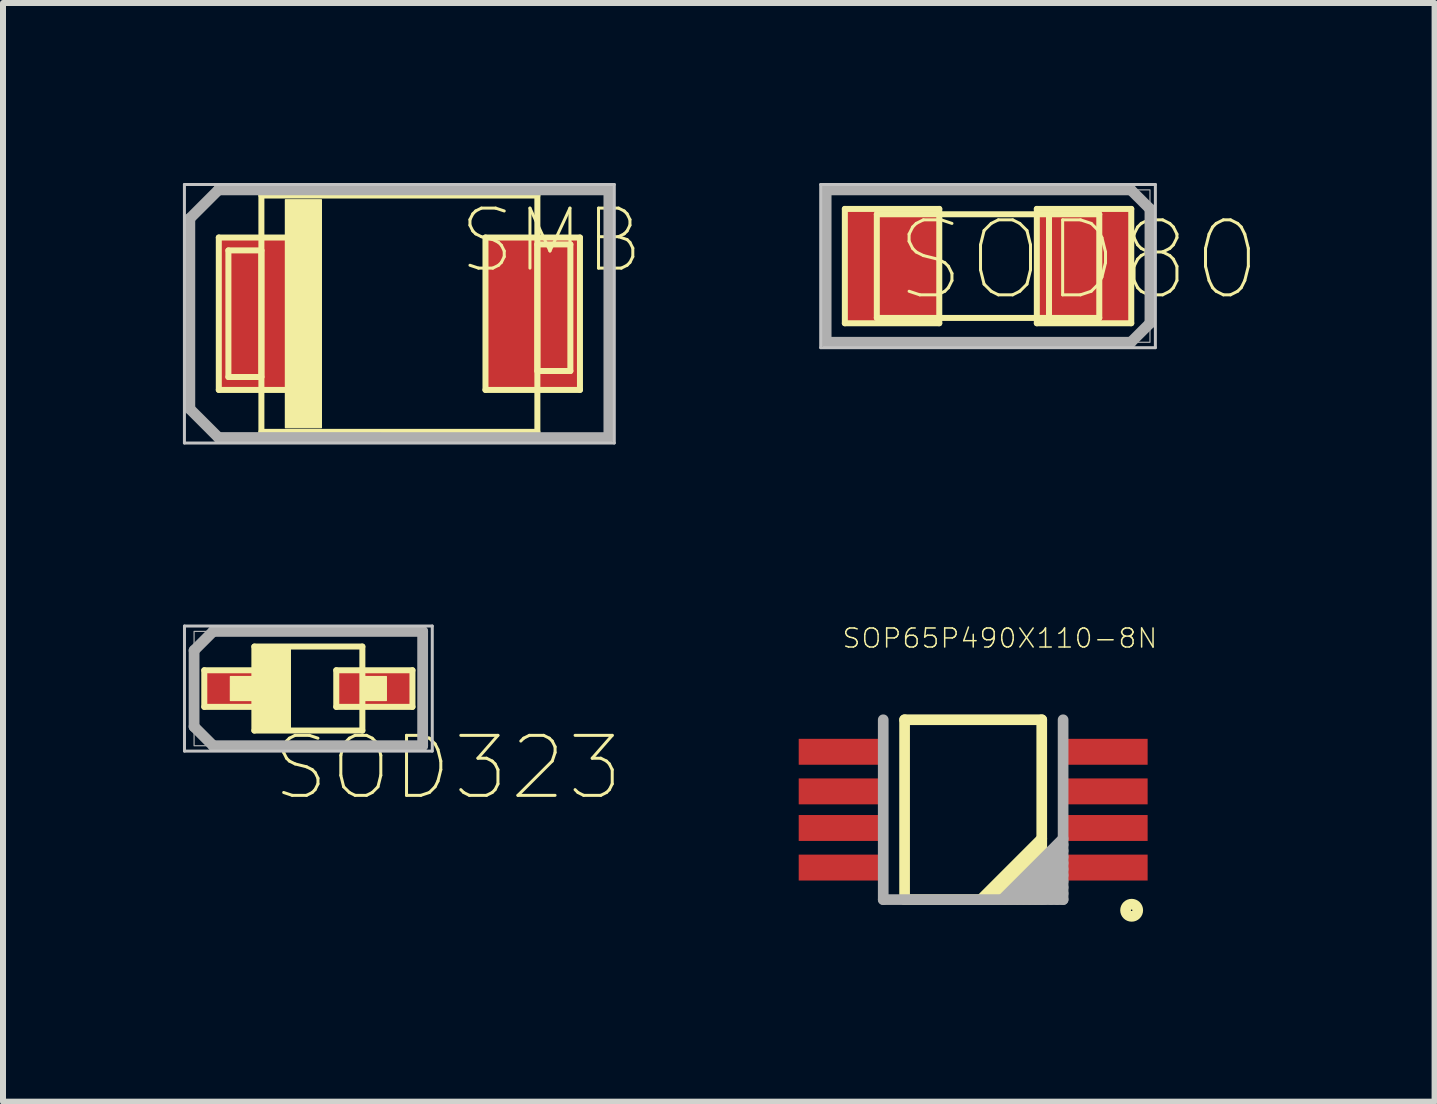
<source format=kicad_pcb>
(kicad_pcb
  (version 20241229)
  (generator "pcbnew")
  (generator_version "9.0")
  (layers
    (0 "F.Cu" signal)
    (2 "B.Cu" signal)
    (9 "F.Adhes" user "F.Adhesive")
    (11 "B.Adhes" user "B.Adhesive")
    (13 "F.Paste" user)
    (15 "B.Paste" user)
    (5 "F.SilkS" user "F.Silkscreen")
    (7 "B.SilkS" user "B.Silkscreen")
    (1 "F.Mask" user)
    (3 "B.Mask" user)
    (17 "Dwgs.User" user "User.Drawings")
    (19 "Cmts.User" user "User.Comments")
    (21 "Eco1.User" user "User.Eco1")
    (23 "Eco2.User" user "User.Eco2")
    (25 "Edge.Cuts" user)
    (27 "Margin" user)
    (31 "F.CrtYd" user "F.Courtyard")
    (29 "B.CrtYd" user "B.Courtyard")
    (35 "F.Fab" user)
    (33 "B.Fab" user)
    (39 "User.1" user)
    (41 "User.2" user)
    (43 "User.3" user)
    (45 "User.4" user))
  (footprint "SOP65P490X110-8N"
    (layer "F.Cu")
    (at 13.171 10.446)
    (property "Reference" "SOP65P490X110-8N" (at 0.445 -2.857 0) (unlocked yes) (layer "F.SilkS") (effects (font (size 0.317 0.333) (thickness 0.025))))
    (attr smd)
    (fp_line (start -1.143 -1.499) (end -1.143 1.499) (stroke (width 0.178) (type solid)) (layer "F.SilkS"))
    (fp_line (start 1.143 -1.499) (end -1.143 -1.499) (stroke (width 0.178) (type solid)) (layer "F.SilkS"))
    (fp_line (start 1.143 -1.499) (end 1.143 1.499) (stroke (width 0.178) (type solid)) (layer "F.SilkS"))
    (fp_line (start 1.143 0.483) (end 0.127 1.499) (stroke (width 0.178) (type solid)) (layer "F.SilkS"))
    (fp_line (start 1.143 0.686) (end 0.33 1.499) (stroke (width 0.178) (type solid)) (layer "F.SilkS"))
    (fp_line (start 1.143 0.889) (end 0.533 1.499) (stroke (width 0.178) (type solid)) (layer "F.SilkS"))
    (fp_line (start 1.143 1.092) (end 0.737 1.499) (stroke (width 0.178) (type solid)) (layer "F.SilkS"))
    (fp_line (start 1.143 1.295) (end 0.94 1.499) (stroke (width 0.178) (type solid)) (layer "F.SilkS"))
    (fp_line (start 1.143 1.499) (end -1.143 1.499) (stroke (width 0.178) (type solid)) (layer "F.SilkS"))
    (fp_arc (start 2.54 1.6764) (mid 2.7432 1.6764) (end 2.54 1.6764) (stroke (width 0.1778) (type solid)) (layer "F.SilkS"))
    (fp_line (start -1.499 -1.499) (end -1.499 1.499) (stroke (width 0.178) (type solid)) (layer "F.Fab"))
    (fp_line (start 1.499 -1.499) (end 1.499 1.499) (stroke (width 0.178) (type solid)) (layer "F.Fab"))
    (fp_line (start 1.499 0.483) (end 0.483 1.499) (stroke (width 0.178) (type solid)) (layer "F.Fab"))
    (fp_line (start 1.499 0.584) (end 0.584 1.499) (stroke (width 0.178) (type solid)) (layer "F.Fab"))
    (fp_line (start 1.499 0.686) (end 0.686 1.499) (stroke (width 0.178) (type solid)) (layer "F.Fab"))
    (fp_line (start 1.499 0.787) (end 0.787 1.499) (stroke (width 0.178) (type solid)) (layer "F.Fab"))
    (fp_line (start 1.499 0.889) (end 0.889 1.499) (stroke (width 0.178) (type solid)) (layer "F.Fab"))
    (fp_line (start 1.499 0.991) (end 0.991 1.499) (stroke (width 0.178) (type solid)) (layer "F.Fab"))
    (fp_line (start 1.499 1.092) (end 1.092 1.499) (stroke (width 0.178) (type solid)) (layer "F.Fab"))
    (fp_line (start 1.499 1.194) (end 1.194 1.499) (stroke (width 0.178) (type solid)) (layer "F.Fab"))
    (fp_line (start 1.499 1.295) (end 1.295 1.499) (stroke (width 0.178) (type solid)) (layer "F.Fab"))
    (fp_line (start 1.499 1.397) (end 1.397 1.499) (stroke (width 0.178) (type solid)) (layer "F.Fab"))
    (fp_line (start 1.499 1.499) (end -1.499 1.499) (stroke (width 0.178) (type solid)) (layer "F.Fab"))
    (pad "1" smd rect (at 2.184 0.965) (size 1.448 0.432) (layers "F.Cu" "F.Mask" "F.Paste"))
    (pad "2" smd rect (at 2.184 0.305) (size 1.448 0.432) (layers "F.Cu" "F.Mask" "F.Paste"))
    (pad "3" smd rect (at 2.184 -0.305) (size 1.448 0.432) (layers "F.Cu" "F.Mask" "F.Paste"))
    (pad "4" smd rect (at 2.184 -0.965) (size 1.448 0.432) (layers "F.Cu" "F.Mask" "F.Paste"))
    (pad "5" smd rect (at -2.184 -0.965) (size 1.448 0.432) (layers "F.Cu" "F.Mask" "F.Paste"))
    (pad "6" smd rect (at -2.184 -0.305) (size 1.448 0.432) (layers "F.Cu" "F.Mask" "F.Paste"))
    (pad "7" smd rect (at -2.184 0.305) (size 1.448 0.432) (layers "F.Cu" "F.Mask" "F.Paste"))
    (pad "8" smd rect (at -2.184 0.965) (size 1.448 0.432) (layers "F.Cu" "F.Mask" "F.Paste")))
  (footprint "SOD80"
    (placed yes)
    (layer "F.Cu")
    (at 13.419 1.385)
    (property "Reference" "SOD80" (at -1.587 0.635 0) (layer "F.SilkS") (effects (font (size 1.25 1.25) (thickness 0.05)) (justify left bottom)))
    (attr through_hole)
    (fp_line (start -2.387 -0.953) (end -0.813 -0.953) (stroke (width 0.1) (type solid)) (layer "F.SilkS"))
    (fp_line (start -2.387 0.953) (end -2.387 -0.953) (stroke (width 0.1) (type solid)) (layer "F.SilkS"))
    (fp_line (start -1.854 -0.864) (end -1.854 0.864) (stroke (width 0.1) (type solid)) (layer "F.SilkS"))
    (fp_line (start -1.854 0.864) (end 1.854 0.864) (stroke (width 0.1) (type solid)) (layer "F.SilkS"))
    (fp_line (start -0.813 -0.953) (end -0.813 0.953) (stroke (width 0.1) (type solid)) (layer "F.SilkS"))
    (fp_line (start -0.813 0.953) (end -2.387 0.953) (stroke (width 0.1) (type solid)) (layer "F.SilkS"))
    (fp_line (start 0.813 -0.953) (end 2.387 -0.953) (stroke (width 0.1) (type solid)) (layer "F.SilkS"))
    (fp_line (start 0.813 0.953) (end 0.813 -0.953) (stroke (width 0.1) (type solid)) (layer "F.SilkS"))
    (fp_line (start 1.016 0.864) (end 1.016 -0.864) (stroke (width 0.1) (type solid)) (layer "F.SilkS"))
    (fp_line (start 1.854 -0.864) (end -1.854 -0.864) (stroke (width 0.1) (type solid)) (layer "F.SilkS"))
    (fp_line (start 1.854 0.864) (end 1.854 -0.864) (stroke (width 0.1) (type solid)) (layer "F.SilkS"))
    (fp_line (start 2.387 -0.953) (end 2.387 0.953) (stroke (width 0.1) (type solid)) (layer "F.SilkS"))
    (fp_line (start 2.387 0.953) (end 0.813 0.953) (stroke (width 0.1) (type solid)) (layer "F.SilkS"))
    (fp_line (start -2.789 -1.36) (end 2.789 -1.36) (stroke (width 0.05) (type solid)) (layer "Dwgs.User"))
    (fp_line (start -2.789 1.36) (end -2.789 -1.36) (stroke (width 0.05) (type solid)) (layer "Dwgs.User"))
    (fp_line (start 2.789 -1.36) (end 2.789 1.36) (stroke (width 0.05) (type solid)) (layer "Dwgs.User"))
    (fp_line (start 2.789 1.36) (end -2.789 1.36) (stroke (width 0.05) (type solid)) (layer "Dwgs.User"))
    (fp_line (start -2.699 -1.27) (end -2.699 1.27) (stroke (width 0.18) (type solid)) (layer "F.Fab"))
    (fp_line (start -2.699 1.27) (end 2.381 1.27) (stroke (width 0.18) (type solid)) (layer "F.Fab"))
    (fp_line (start 2.381 -1.27) (end -2.699 -1.27) (stroke (width 0.18) (type solid)) (layer "F.Fab"))
    (fp_line (start 2.381 1.27) (end 2.699 0.953) (stroke (width 0.18) (type solid)) (layer "F.Fab"))
    (fp_line (start 2.699 -0.953) (end 2.381 -1.27) (stroke (width 0.18) (type solid)) (layer "F.Fab"))
    (fp_line (start 2.699 0.953) (end 2.699 -0.953) (stroke (width 0.18) (type solid)) (layer "F.Fab"))
    (fp_poly (pts (xy -2.699 -1.27) (xy 2.699 -1.27) (xy 2.699 1.27) (xy -2.699 1.27) (xy -2.699 -1.27)) (stroke (width 0.02) (type solid)) (fill no) (layer "F.Fab"))
    (pad "A" smd rect (at -1.6 0) (size 1.575 1.905) (layers "F.Cu" "F.Mask" "F.Paste"))
    (pad "K" smd rect (at 1.6 0) (size 1.575 1.905) (layers "F.Cu" "F.Mask" "F.Paste")))
  (footprint "SMB"
    (placed yes)
    (layer "F.Cu")
    (at 3.607 2.179)
    (property "Reference" "SMB" (at 0.953 -0.635 180) (layer "F.SilkS") (effects (font (size 1 1) (thickness 0.05)) (justify left bottom)))
    (attr through_hole)
    (fp_line (start -3.01 -1.27) (end -1.435 -1.27) (stroke (width 0.1) (type solid)) (layer "F.SilkS"))
    (fp_line (start -3.01 1.27) (end -3.01 -1.27) (stroke (width 0.1) (type solid)) (layer "F.SilkS"))
    (fp_line (start -2.85 -1.055) (end -2.85 1.055) (stroke (width 0.1) (type solid)) (layer "F.SilkS"))
    (fp_line (start -2.85 1.055) (end -2.3 1.055) (stroke (width 0.1) (type solid)) (layer "F.SilkS"))
    (fp_line (start -2.3 -1.97) (end -2.3 1.97) (stroke (width 0.1) (type solid)) (layer "F.SilkS"))
    (fp_line (start -2.3 -1.055) (end -2.85 -1.055) (stroke (width 0.1) (type solid)) (layer "F.SilkS"))
    (fp_line (start -2.3 1.055) (end -2.3 -1.055) (stroke (width 0.1) (type solid)) (layer "F.SilkS"))
    (fp_line (start -2.3 1.97) (end 2.3 1.97) (stroke (width 0.1) (type solid)) (layer "F.SilkS"))
    (fp_line (start -1.435 -1.27) (end -1.435 1.27) (stroke (width 0.1) (type solid)) (layer "F.SilkS"))
    (fp_line (start -1.435 1.27) (end -3.01 1.27) (stroke (width 0.1) (type solid)) (layer "F.SilkS"))
    (fp_line (start 1.435 -1.27) (end 3.01 -1.27) (stroke (width 0.1) (type solid)) (layer "F.SilkS"))
    (fp_line (start 1.435 1.27) (end 1.435 -1.27) (stroke (width 0.1) (type solid)) (layer "F.SilkS"))
    (fp_line (start 2.3 -1.97) (end -2.3 -1.97) (stroke (width 0.1) (type solid)) (layer "F.SilkS"))
    (fp_line (start 2.3 -1.155) (end 2.3 0.955) (stroke (width 0.1) (type solid)) (layer "F.SilkS"))
    (fp_line (start 2.3 0.955) (end 2.85 0.955) (stroke (width 0.1) (type solid)) (layer "F.SilkS"))
    (fp_line (start 2.3 1.97) (end 2.3 -1.97) (stroke (width 0.1) (type solid)) (layer "F.SilkS"))
    (fp_line (start 2.85 -1.155) (end 2.3 -1.155) (stroke (width 0.1) (type solid)) (layer "F.SilkS"))
    (fp_line (start 2.85 0.955) (end 2.85 -1.155) (stroke (width 0.1) (type solid)) (layer "F.SilkS"))
    (fp_line (start 3.01 -1.27) (end 3.01 1.27) (stroke (width 0.1) (type solid)) (layer "F.SilkS"))
    (fp_line (start 3.01 1.27) (end 1.435 1.27) (stroke (width 0.1) (type solid)) (layer "F.SilkS"))
    (fp_poly (pts (xy -1.9 1.9) (xy -1.9 -1.9) (xy -1.3 -1.9) (xy -1.3 1.9) (xy -1.9 1.9)) (stroke (width 0.02) (type solid)) (fill yes) (layer "F.SilkS"))
    (fp_line (start -3.583 -2.154) (end 3.582 -2.154) (stroke (width 0.05) (type solid)) (layer "Dwgs.User"))
    (fp_line (start -3.583 2.155) (end -3.583 -2.154) (stroke (width 0.05) (type solid)) (layer "Dwgs.User"))
    (fp_line (start 3.582 -2.154) (end 3.582 2.155) (stroke (width 0.05) (type solid)) (layer "Dwgs.User"))
    (fp_line (start 3.582 2.155) (end -3.583 2.155) (stroke (width 0.05) (type solid)) (layer "Dwgs.User"))
    (fp_line (start -3.493 -1.587) (end -3.493 1.587) (stroke (width 0.18) (type solid)) (layer "F.Fab"))
    (fp_line (start -3.493 1.587) (end -3.016 2.064) (stroke (width 0.18) (type solid)) (layer "F.Fab"))
    (fp_line (start -3.016 -2.064) (end -3.493 -1.587) (stroke (width 0.18) (type solid)) (layer "F.Fab"))
    (fp_line (start -3.016 2.064) (end 3.492 2.065) (stroke (width 0.18) (type solid)) (layer "F.Fab"))
    (fp_line (start 3.492 -2.064) (end -3.016 -2.064) (stroke (width 0.18) (type solid)) (layer "F.Fab"))
    (fp_line (start 3.492 2.065) (end 3.492 -2.064) (stroke (width 0.18) (type solid)) (layer "F.Fab"))
    (fp_poly (pts (xy -3 2.1) (xy -3.5 1.6) (xy -3.5 -1.6) (xy -3 -2.1) (xy 3.5 -2.1) (xy 3.5 2.1)) (stroke (width 0.02) (type solid)) (fill no) (layer "F.Fab"))
    (pad "A" smd rect (at 2.223 0) (size 1.575 2.54) (layers "F.Cu" "F.Mask" "F.Paste"))
    (pad "K" smd rect (at -2.223 0) (size 1.575 2.54) (layers "F.Cu" "F.Mask" "F.Paste")))
  (footprint "SOD323"
    (placed yes)
    (layer "F.Cu")
    (at 2.09 8.427)
    (property "Reference" "SOD323" (at -0.635 1.905 0) (layer "F.SilkS") (effects (font (size 1 1) (thickness 0.05)) (justify left bottom)))
    (attr through_hole)
    (fp_line (start -1.735 -0.305) (end -0.465 -0.305) (stroke (width 0.1) (type solid)) (layer "F.SilkS"))
    (fp_line (start -1.735 0.305) (end -1.735 -0.305) (stroke (width 0.1) (type solid)) (layer "F.SilkS"))
    (fp_line (start -0.9 -0.7) (end -0.9 0.7) (stroke (width 0.1) (type solid)) (layer "F.SilkS"))
    (fp_line (start -0.9 0.7) (end 0.9 0.7) (stroke (width 0.1) (type solid)) (layer "F.SilkS"))
    (fp_line (start -0.465 -0.305) (end -0.465 0.305) (stroke (width 0.1) (type solid)) (layer "F.SilkS"))
    (fp_line (start -0.465 0.305) (end -1.735 0.305) (stroke (width 0.1) (type solid)) (layer "F.SilkS"))
    (fp_line (start 0.465 -0.305) (end 1.735 -0.305) (stroke (width 0.1) (type solid)) (layer "F.SilkS"))
    (fp_line (start 0.465 0.305) (end 0.465 -0.305) (stroke (width 0.1) (type solid)) (layer "F.SilkS"))
    (fp_line (start 0.9 -0.7) (end -0.9 -0.7) (stroke (width 0.1) (type solid)) (layer "F.SilkS"))
    (fp_line (start 0.9 0.7) (end 0.9 -0.7) (stroke (width 0.1) (type solid)) (layer "F.SilkS"))
    (fp_line (start 1.735 -0.305) (end 1.735 0.305) (stroke (width 0.1) (type solid)) (layer "F.SilkS"))
    (fp_line (start 1.735 0.305) (end 0.465 0.305) (stroke (width 0.1) (type solid)) (layer "F.SilkS"))
    (fp_poly (pts (xy -0.9 0.2) (xy -1.3 0.2) (xy -1.3 -0.2) (xy -0.9 -0.2) (xy -0.9 0.2)) (stroke (width 0.02) (type solid)) (fill yes) (layer "F.SilkS"))
    (fp_poly (pts (xy -0.9 0.7) (xy -0.9 -0.7) (xy -0.3 -0.7) (xy -0.3 0.7) (xy -0.9 0.7)) (stroke (width 0.02) (type solid)) (fill yes) (layer "F.SilkS"))
    (fp_poly (pts (xy 1.3 0.2) (xy 0.9 0.2) (xy 0.9 -0.2) (xy 1.3 -0.2) (xy 1.3 0.2)) (stroke (width 0.02) (type solid)) (fill yes) (layer "F.SilkS"))
    (fp_line (start -2.065 -1.042) (end 2.065 -1.042) (stroke (width 0.05) (type solid)) (layer "Dwgs.User"))
    (fp_line (start -2.065 1.042) (end -2.065 -1.042) (stroke (width 0.05) (type solid)) (layer "Dwgs.User"))
    (fp_line (start 2.065 -1.042) (end 2.065 1.042) (stroke (width 0.05) (type solid)) (layer "Dwgs.User"))
    (fp_line (start 2.065 1.042) (end -2.065 1.042) (stroke (width 0.05) (type solid)) (layer "Dwgs.User"))
    (fp_line (start -1.905 -0.635) (end -1.905 0.635) (stroke (width 0.18) (type solid)) (layer "F.Fab"))
    (fp_line (start -1.905 0.635) (end -1.587 0.953) (stroke (width 0.18) (type solid)) (layer "F.Fab"))
    (fp_line (start -1.587 -0.953) (end -1.905 -0.635) (stroke (width 0.18) (type solid)) (layer "F.Fab"))
    (fp_line (start -1.587 0.953) (end 1.905 0.953) (stroke (width 0.18) (type solid)) (layer "F.Fab"))
    (fp_line (start 1.905 -0.953) (end -1.587 -0.953) (stroke (width 0.18) (type solid)) (layer "F.Fab"))
    (fp_line (start 1.905 0.953) (end 1.905 -0.953) (stroke (width 0.18) (type solid)) (layer "F.Fab"))
    (fp_poly (pts (xy 1.905 0.953) (xy -1.905 0.953) (xy -1.905 -0.953) (xy 1.905 -0.953)) (stroke (width 0.02) (type solid)) (fill no) (layer "F.Fab"))
    (pad "A" smd rect (at 1.1 0) (size 1.27 0.61) (layers "F.Cu" "F.Mask" "F.Paste"))
    (pad "K" smd rect (at -1.1 0) (size 1.27 0.61) (layers "F.Cu" "F.Mask" "F.Paste")))
  (gr_rect
    (start -3 -3)
    (end 20.862 15.313)
    (stroke (width 0.1) (type default))
    (fill no)
    (layer "Edge.Cuts")))
</source>
